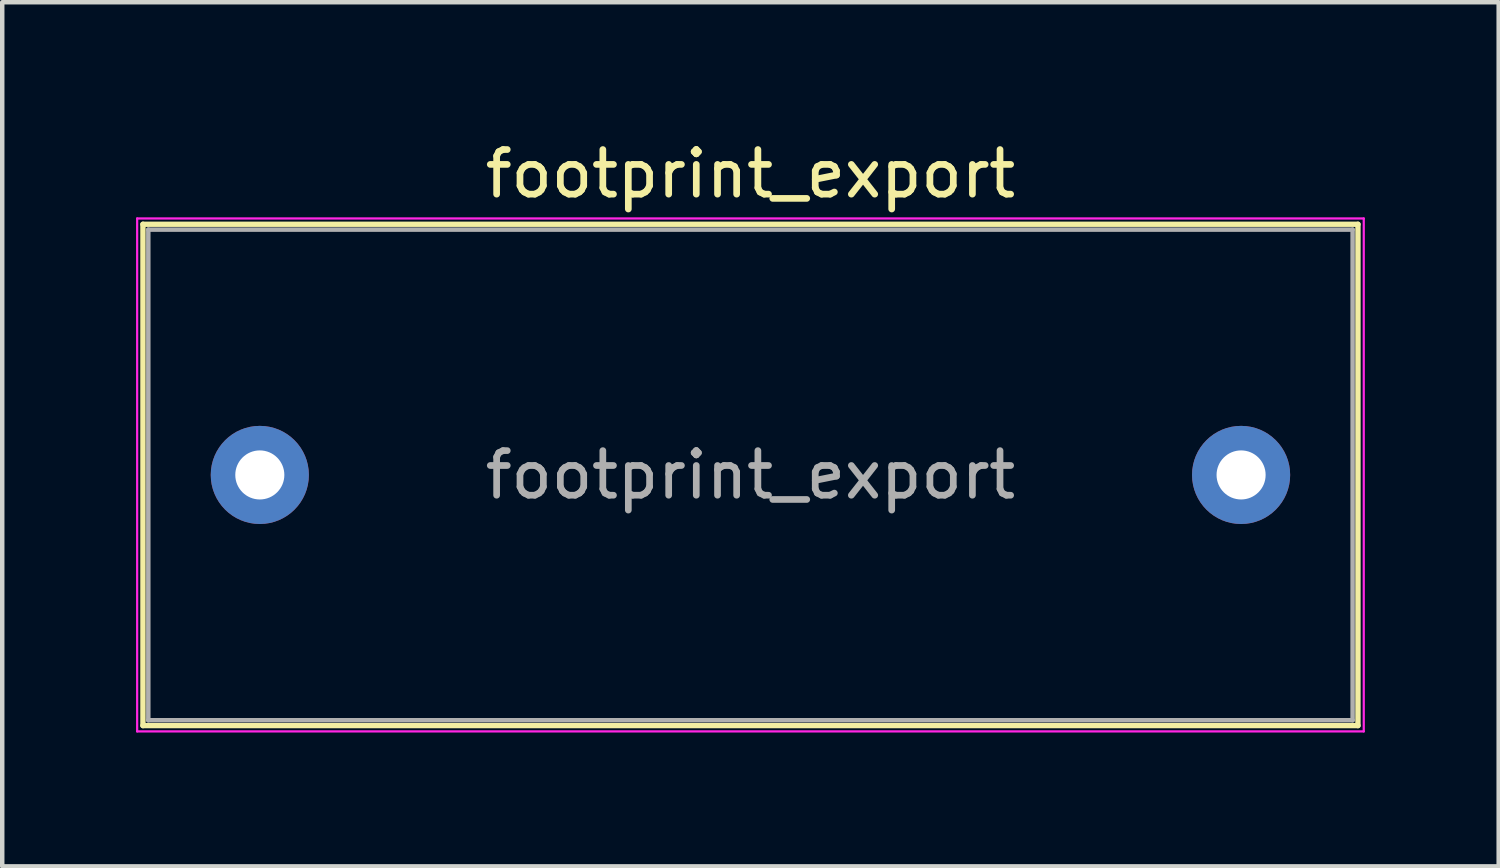
<source format=kicad_pcb>
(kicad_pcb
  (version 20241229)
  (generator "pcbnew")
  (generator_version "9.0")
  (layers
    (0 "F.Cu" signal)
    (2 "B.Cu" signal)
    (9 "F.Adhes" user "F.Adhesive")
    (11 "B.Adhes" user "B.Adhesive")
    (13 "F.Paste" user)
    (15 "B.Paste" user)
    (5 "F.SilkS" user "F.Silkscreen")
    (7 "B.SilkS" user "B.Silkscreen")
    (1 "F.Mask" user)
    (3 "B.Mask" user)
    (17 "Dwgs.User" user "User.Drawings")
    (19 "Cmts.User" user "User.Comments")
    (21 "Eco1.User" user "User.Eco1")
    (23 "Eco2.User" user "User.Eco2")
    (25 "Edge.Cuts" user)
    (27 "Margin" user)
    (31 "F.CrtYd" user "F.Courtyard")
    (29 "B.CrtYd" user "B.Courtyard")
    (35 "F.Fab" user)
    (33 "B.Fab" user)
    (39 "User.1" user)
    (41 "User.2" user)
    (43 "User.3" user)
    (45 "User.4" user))
  (footprint "footprint_export"
    (layer "F.Cu")
    (at 2.775 7.598)
    (property "Reference" "footprint_export" (at 11 -6.75 0) (layer "F.SilkS") (effects (font (size 1 1) (thickness 0.15))))
    (attr through_hole)
    (fp_line (start -2.62 -5.62) (end -2.62 5.62) (stroke (width 0.12) (type solid)) (layer "F.SilkS"))
    (fp_line (start -2.62 -5.62) (end 24.62 -5.62) (stroke (width 0.12) (type solid)) (layer "F.SilkS"))
    (fp_line (start -2.62 5.62) (end 24.62 5.62) (stroke (width 0.12) (type solid)) (layer "F.SilkS"))
    (fp_line (start 24.62 -5.62) (end 24.62 5.62) (stroke (width 0.12) (type solid)) (layer "F.SilkS"))
    (fp_line (start -2.75 -5.75) (end -2.75 5.75) (stroke (width 0.05) (type solid)) (layer "F.CrtYd"))
    (fp_line (start -2.75 5.75) (end 24.75 5.75) (stroke (width 0.05) (type solid)) (layer "F.CrtYd"))
    (fp_line (start 24.75 -5.75) (end -2.75 -5.75) (stroke (width 0.05) (type solid)) (layer "F.CrtYd"))
    (fp_line (start 24.75 5.75) (end 24.75 -5.75) (stroke (width 0.05) (type solid)) (layer "F.CrtYd"))
    (fp_line (start -2.5 -5.5) (end -2.5 5.5) (stroke (width 0.1) (type solid)) (layer "F.Fab"))
    (fp_line (start -2.5 5.5) (end 24.5 5.5) (stroke (width 0.1) (type solid)) (layer "F.Fab"))
    (fp_line (start 24.5 -5.5) (end -2.5 -5.5) (stroke (width 0.1) (type solid)) (layer "F.Fab"))
    (fp_line (start 24.5 5.5) (end 24.5 -5.5) (stroke (width 0.1) (type solid)) (layer "F.Fab"))
    (fp_text user "${REFERENCE}" (at 11 0 0) (layer "F.Fab") (effects (font (size 1 1) (thickness 0.15))))
    (pad "1" thru_hole circle (at 0 0) (size 2.2 2.2) (drill 1.1) (layers "*.Cu" "*.Mask"))
    (pad "2" thru_hole circle (at 22 0) (size 2.2 2.2) (drill 1.1) (layers "*.Cu" "*.Mask")))
  (gr_rect
    (start -3 -3)
    (end 30.55 16.373)
    (stroke (width 0.1) (type default))
    (fill no)
    (layer "Edge.Cuts")))
</source>
